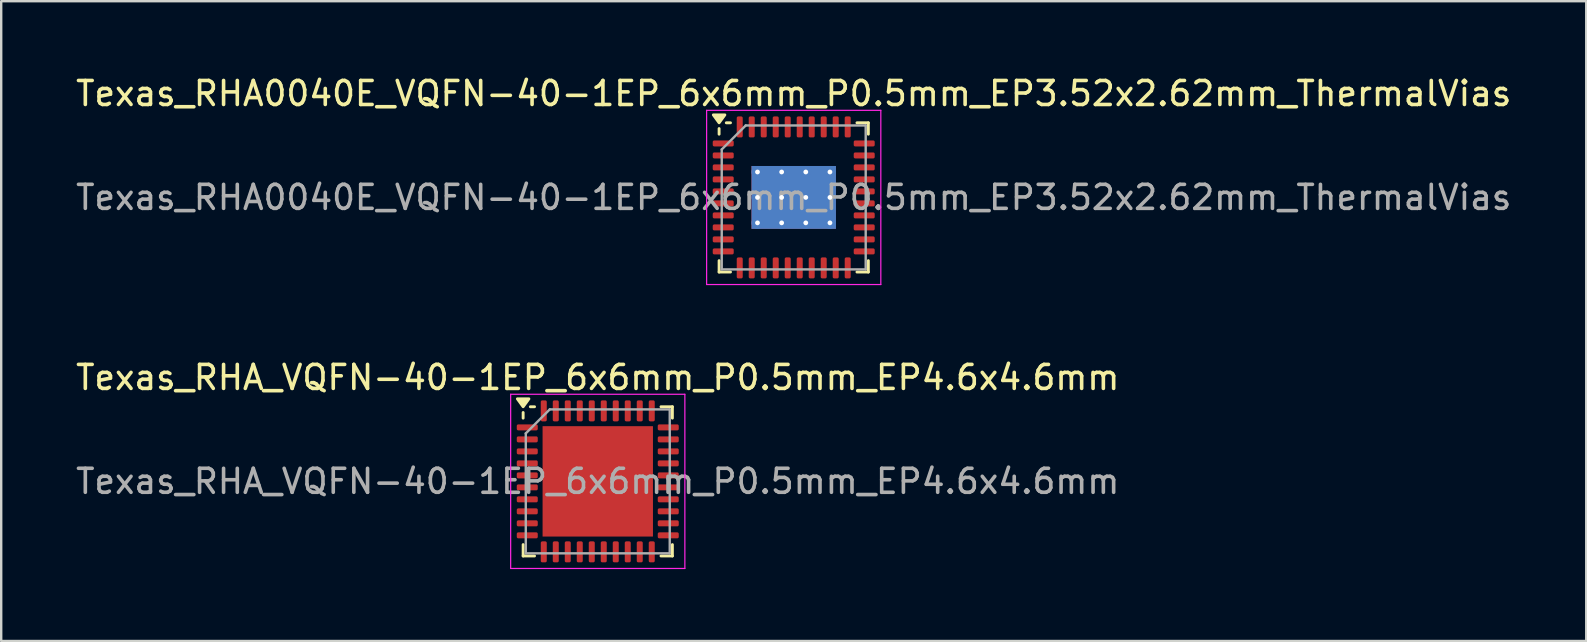
<source format=kicad_pcb>
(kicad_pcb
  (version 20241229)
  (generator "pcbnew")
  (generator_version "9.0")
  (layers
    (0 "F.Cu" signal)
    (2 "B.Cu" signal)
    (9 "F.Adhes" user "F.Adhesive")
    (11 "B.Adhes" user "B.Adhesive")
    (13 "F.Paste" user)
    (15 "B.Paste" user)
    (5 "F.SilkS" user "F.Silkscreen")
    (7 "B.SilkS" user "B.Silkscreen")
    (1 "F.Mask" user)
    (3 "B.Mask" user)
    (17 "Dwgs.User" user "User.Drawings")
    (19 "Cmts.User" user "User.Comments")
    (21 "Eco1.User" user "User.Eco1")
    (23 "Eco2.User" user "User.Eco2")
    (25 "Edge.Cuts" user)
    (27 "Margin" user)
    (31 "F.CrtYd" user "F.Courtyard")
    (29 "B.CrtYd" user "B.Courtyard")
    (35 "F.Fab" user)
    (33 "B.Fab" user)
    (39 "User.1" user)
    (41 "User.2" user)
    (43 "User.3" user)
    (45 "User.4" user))
  (footprint "Texas_RHA0040E_VQFN-40-1EP_6x6mm_P0.5mm_EP3.52x2.62mm_ThermalVias"
    (layer "F.Cu")
    (at 30.03 5.178)
    (property "Reference" "Texas_RHA0040E_VQFN-40-1EP_6x6mm_P0.5mm_EP3.52x2.62mm_ThermalVias" (at 0 -4.33 0) (layer "F.SilkS") (effects (font (size 1 1) (thickness 0.15))))
    (attr smd)
    (fp_line (start -3.11 -2.635) (end -3.11 -2.87) (stroke (width 0.12) (type solid)) (layer "F.SilkS"))
    (fp_line (start -3.11 3.11) (end -3.11 2.635) (stroke (width 0.12) (type solid)) (layer "F.SilkS"))
    (fp_line (start -2.635 -3.11) (end -2.81 -3.11) (stroke (width 0.12) (type solid)) (layer "F.SilkS"))
    (fp_line (start -2.635 3.11) (end -3.11 3.11) (stroke (width 0.12) (type solid)) (layer "F.SilkS"))
    (fp_line (start 2.635 -3.11) (end 3.11 -3.11) (stroke (width 0.12) (type solid)) (layer "F.SilkS"))
    (fp_line (start 2.635 3.11) (end 3.11 3.11) (stroke (width 0.12) (type solid)) (layer "F.SilkS"))
    (fp_line (start 3.11 -3.11) (end 3.11 -2.635) (stroke (width 0.12) (type solid)) (layer "F.SilkS"))
    (fp_line (start 3.11 3.11) (end 3.11 2.635) (stroke (width 0.12) (type solid)) (layer "F.SilkS"))
    (fp_poly (pts (xy -3.11 -3.11) (xy -3.35 -3.44) (xy -2.87 -3.44) (xy -3.11 -3.11)) (stroke (width 0.12) (type solid)) (fill yes) (layer "F.SilkS"))
    (fp_line (start -3.63 -3.63) (end -3.63 3.63) (stroke (width 0.05) (type solid)) (layer "F.CrtYd"))
    (fp_line (start -3.63 3.63) (end 3.63 3.63) (stroke (width 0.05) (type solid)) (layer "F.CrtYd"))
    (fp_line (start 3.63 -3.63) (end -3.63 -3.63) (stroke (width 0.05) (type solid)) (layer "F.CrtYd"))
    (fp_line (start 3.63 3.63) (end 3.63 -3.63) (stroke (width 0.05) (type solid)) (layer "F.CrtYd"))
    (fp_line (start -3 -2) (end -2 -3) (stroke (width 0.1) (type solid)) (layer "F.Fab"))
    (fp_line (start -3 3) (end -3 -2) (stroke (width 0.1) (type solid)) (layer "F.Fab"))
    (fp_line (start -2 -3) (end 3 -3) (stroke (width 0.1) (type solid)) (layer "F.Fab"))
    (fp_line (start 3 -3) (end 3 3) (stroke (width 0.1) (type solid)) (layer "F.Fab"))
    (fp_line (start 3 3) (end -3 3) (stroke (width 0.1) (type solid)) (layer "F.Fab"))
    (fp_text user "${REFERENCE}" (at 0 0 0) (layer "F.Fab") (effects (font (size 1 1) (thickness 0.15))))
    (pad "" smd roundrect (at -1.17 -0.655) (size 0.98 1.1) (layers "F.Paste") (roundrect_rratio 0.25))
    (pad "" smd roundrect (at -1.17 0.655) (size 0.98 1.1) (layers "F.Paste") (roundrect_rratio 0.25))
    (pad "" smd roundrect (at 0 -0.655) (size 0.98 1.1) (layers "F.Paste") (roundrect_rratio 0.25))
    (pad "" smd roundrect (at 0 0.655) (size 0.98 1.1) (layers "F.Paste") (roundrect_rratio 0.25))
    (pad "" smd roundrect (at 1.17 -0.655) (size 0.98 1.1) (layers "F.Paste") (roundrect_rratio 0.25))
    (pad "" smd roundrect (at 1.17 0.655) (size 0.98 1.1) (layers "F.Paste") (roundrect_rratio 0.25))
    (pad "1" smd roundrect (at -2.938 -2.25) (size 0.875 0.25) (layers "F.Cu" "F.Mask" "F.Paste") (roundrect_rratio 0.25))
    (pad "2" smd roundrect (at -2.938 -1.75) (size 0.875 0.25) (layers "F.Cu" "F.Mask" "F.Paste") (roundrect_rratio 0.25))
    (pad "3" smd roundrect (at -2.938 -1.25) (size 0.875 0.25) (layers "F.Cu" "F.Mask" "F.Paste") (roundrect_rratio 0.25))
    (pad "4" smd roundrect (at -2.938 -0.75) (size 0.875 0.25) (layers "F.Cu" "F.Mask" "F.Paste") (roundrect_rratio 0.25))
    (pad "5" smd roundrect (at -2.938 -0.25) (size 0.875 0.25) (layers "F.Cu" "F.Mask" "F.Paste") (roundrect_rratio 0.25))
    (pad "6" smd roundrect (at -2.938 0.25) (size 0.875 0.25) (layers "F.Cu" "F.Mask" "F.Paste") (roundrect_rratio 0.25))
    (pad "7" smd roundrect (at -2.938 0.75) (size 0.875 0.25) (layers "F.Cu" "F.Mask" "F.Paste") (roundrect_rratio 0.25))
    (pad "8" smd roundrect (at -2.938 1.25) (size 0.875 0.25) (layers "F.Cu" "F.Mask" "F.Paste") (roundrect_rratio 0.25))
    (pad "9" smd roundrect (at -2.938 1.75) (size 0.875 0.25) (layers "F.Cu" "F.Mask" "F.Paste") (roundrect_rratio 0.25))
    (pad "10" smd roundrect (at -2.938 2.25) (size 0.875 0.25) (layers "F.Cu" "F.Mask" "F.Paste") (roundrect_rratio 0.25))
    (pad "11" smd roundrect (at -2.25 2.938) (size 0.25 0.875) (layers "F.Cu" "F.Mask" "F.Paste") (roundrect_rratio 0.25))
    (pad "12" smd roundrect (at -1.75 2.938) (size 0.25 0.875) (layers "F.Cu" "F.Mask" "F.Paste") (roundrect_rratio 0.25))
    (pad "13" smd roundrect (at -1.25 2.938) (size 0.25 0.875) (layers "F.Cu" "F.Mask" "F.Paste") (roundrect_rratio 0.25))
    (pad "14" smd roundrect (at -0.75 2.938) (size 0.25 0.875) (layers "F.Cu" "F.Mask" "F.Paste") (roundrect_rratio 0.25))
    (pad "15" smd roundrect (at -0.25 2.938) (size 0.25 0.875) (layers "F.Cu" "F.Mask" "F.Paste") (roundrect_rratio 0.25))
    (pad "16" smd roundrect (at 0.25 2.938) (size 0.25 0.875) (layers "F.Cu" "F.Mask" "F.Paste") (roundrect_rratio 0.25))
    (pad "17" smd roundrect (at 0.75 2.938) (size 0.25 0.875) (layers "F.Cu" "F.Mask" "F.Paste") (roundrect_rratio 0.25))
    (pad "18" smd roundrect (at 1.25 2.938) (size 0.25 0.875) (layers "F.Cu" "F.Mask" "F.Paste") (roundrect_rratio 0.25))
    (pad "19" smd roundrect (at 1.75 2.938) (size 0.25 0.875) (layers "F.Cu" "F.Mask" "F.Paste") (roundrect_rratio 0.25))
    (pad "20" smd roundrect (at 2.25 2.938) (size 0.25 0.875) (layers "F.Cu" "F.Mask" "F.Paste") (roundrect_rratio 0.25))
    (pad "21" smd roundrect (at 2.938 2.25) (size 0.875 0.25) (layers "F.Cu" "F.Mask" "F.Paste") (roundrect_rratio 0.25))
    (pad "22" smd roundrect (at 2.938 1.75) (size 0.875 0.25) (layers "F.Cu" "F.Mask" "F.Paste") (roundrect_rratio 0.25))
    (pad "23" smd roundrect (at 2.938 1.25) (size 0.875 0.25) (layers "F.Cu" "F.Mask" "F.Paste") (roundrect_rratio 0.25))
    (pad "24" smd roundrect (at 2.938 0.75) (size 0.875 0.25) (layers "F.Cu" "F.Mask" "F.Paste") (roundrect_rratio 0.25))
    (pad "25" smd roundrect (at 2.938 0.25) (size 0.875 0.25) (layers "F.Cu" "F.Mask" "F.Paste") (roundrect_rratio 0.25))
    (pad "26" smd roundrect (at 2.938 -0.25) (size 0.875 0.25) (layers "F.Cu" "F.Mask" "F.Paste") (roundrect_rratio 0.25))
    (pad "27" smd roundrect (at 2.938 -0.75) (size 0.875 0.25) (layers "F.Cu" "F.Mask" "F.Paste") (roundrect_rratio 0.25))
    (pad "28" smd roundrect (at 2.938 -1.25) (size 0.875 0.25) (layers "F.Cu" "F.Mask" "F.Paste") (roundrect_rratio 0.25))
    (pad "29" smd roundrect (at 2.938 -1.75) (size 0.875 0.25) (layers "F.Cu" "F.Mask" "F.Paste") (roundrect_rratio 0.25))
    (pad "30" smd roundrect (at 2.938 -2.25) (size 0.875 0.25) (layers "F.Cu" "F.Mask" "F.Paste") (roundrect_rratio 0.25))
    (pad "31" smd roundrect (at 2.25 -2.938) (size 0.25 0.875) (layers "F.Cu" "F.Mask" "F.Paste") (roundrect_rratio 0.25))
    (pad "32" smd roundrect (at 1.75 -2.938) (size 0.25 0.875) (layers "F.Cu" "F.Mask" "F.Paste") (roundrect_rratio 0.25))
    (pad "33" smd roundrect (at 1.25 -2.938) (size 0.25 0.875) (layers "F.Cu" "F.Mask" "F.Paste") (roundrect_rratio 0.25))
    (pad "34" smd roundrect (at 0.75 -2.938) (size 0.25 0.875) (layers "F.Cu" "F.Mask" "F.Paste") (roundrect_rratio 0.25))
    (pad "35" smd roundrect (at 0.25 -2.938) (size 0.25 0.875) (layers "F.Cu" "F.Mask" "F.Paste") (roundrect_rratio 0.25))
    (pad "36" smd roundrect (at -0.25 -2.938) (size 0.25 0.875) (layers "F.Cu" "F.Mask" "F.Paste") (roundrect_rratio 0.25))
    (pad "37" smd roundrect (at -0.75 -2.938) (size 0.25 0.875) (layers "F.Cu" "F.Mask" "F.Paste") (roundrect_rratio 0.25))
    (pad "38" smd roundrect (at -1.25 -2.938) (size 0.25 0.875) (layers "F.Cu" "F.Mask" "F.Paste") (roundrect_rratio 0.25))
    (pad "39" smd roundrect (at -1.75 -2.938) (size 0.25 0.875) (layers "F.Cu" "F.Mask" "F.Paste") (roundrect_rratio 0.25))
    (pad "40" smd roundrect (at -2.25 -2.938) (size 0.25 0.875) (layers "F.Cu" "F.Mask" "F.Paste") (roundrect_rratio 0.25))
    (pad "41" thru_hole circle (at -1.51 -1.06) (size 0.5 0.5) (drill 0.2) (property pad_prop_heatsink) (layers "*.Cu"))
    (pad "41" thru_hole circle (at -1.51 0) (size 0.5 0.5) (drill 0.2) (property pad_prop_heatsink) (layers "*.Cu"))
    (pad "41" thru_hole circle (at -1.51 1.06) (size 0.5 0.5) (drill 0.2) (property pad_prop_heatsink) (layers "*.Cu"))
    (pad "41" thru_hole circle (at -0.503 -1.06) (size 0.5 0.5) (drill 0.2) (property pad_prop_heatsink) (layers "*.Cu"))
    (pad "41" thru_hole circle (at -0.503 0) (size 0.5 0.5) (drill 0.2) (property pad_prop_heatsink) (layers "*.Cu"))
    (pad "41" thru_hole circle (at -0.503 1.06) (size 0.5 0.5) (drill 0.2) (property pad_prop_heatsink) (layers "*.Cu"))
    (pad "41" smd rect (at 0 0) (size 3.52 2.62) (property pad_prop_heatsink) (layers "F.Cu" "F.Mask"))
    (pad "41" smd rect (at 0 0) (size 3.52 2.62) (property pad_prop_heatsink) (layers "B.Cu"))
    (pad "41" thru_hole circle (at 0.503 -1.06) (size 0.5 0.5) (drill 0.2) (property pad_prop_heatsink) (layers "*.Cu"))
    (pad "41" thru_hole circle (at 0.503 0) (size 0.5 0.5) (drill 0.2) (property pad_prop_heatsink) (layers "*.Cu"))
    (pad "41" thru_hole circle (at 0.503 1.06) (size 0.5 0.5) (drill 0.2) (property pad_prop_heatsink) (layers "*.Cu"))
    (pad "41" thru_hole circle (at 1.51 -1.06) (size 0.5 0.5) (drill 0.2) (property pad_prop_heatsink) (layers "*.Cu"))
    (pad "41" thru_hole circle (at 1.51 0) (size 0.5 0.5) (drill 0.2) (property pad_prop_heatsink) (layers "*.Cu"))
    (pad "41" thru_hole circle (at 1.51 1.06) (size 0.5 0.5) (drill 0.2) (property pad_prop_heatsink) (layers "*.Cu")))
  (footprint "Texas_RHA_VQFN-40-1EP_6x6mm_P0.5mm_EP4.6x4.6mm"
    (layer "F.Cu")
    (at 21.863 17.012)
    (property "Reference" "Texas_RHA_VQFN-40-1EP_6x6mm_P0.5mm_EP4.6x4.6mm" (at 0 -4.33 0) (layer "F.SilkS") (effects (font (size 1 1) (thickness 0.15))))
    (attr smd)
    (fp_line (start -3.11 -2.635) (end -3.11 -2.87) (stroke (width 0.12) (type solid)) (layer "F.SilkS"))
    (fp_line (start -3.11 3.11) (end -3.11 2.635) (stroke (width 0.12) (type solid)) (layer "F.SilkS"))
    (fp_line (start -2.635 -3.11) (end -2.81 -3.11) (stroke (width 0.12) (type solid)) (layer "F.SilkS"))
    (fp_line (start -2.635 3.11) (end -3.11 3.11) (stroke (width 0.12) (type solid)) (layer "F.SilkS"))
    (fp_line (start 2.635 -3.11) (end 3.11 -3.11) (stroke (width 0.12) (type solid)) (layer "F.SilkS"))
    (fp_line (start 2.635 3.11) (end 3.11 3.11) (stroke (width 0.12) (type solid)) (layer "F.SilkS"))
    (fp_line (start 3.11 -3.11) (end 3.11 -2.635) (stroke (width 0.12) (type solid)) (layer "F.SilkS"))
    (fp_line (start 3.11 3.11) (end 3.11 2.635) (stroke (width 0.12) (type solid)) (layer "F.SilkS"))
    (fp_poly (pts (xy -3.11 -3.11) (xy -3.35 -3.44) (xy -2.87 -3.44) (xy -3.11 -3.11)) (stroke (width 0.12) (type solid)) (fill yes) (layer "F.SilkS"))
    (fp_line (start -3.63 -3.63) (end -3.63 3.63) (stroke (width 0.05) (type solid)) (layer "F.CrtYd"))
    (fp_line (start -3.63 3.63) (end 3.63 3.63) (stroke (width 0.05) (type solid)) (layer "F.CrtYd"))
    (fp_line (start 3.63 -3.63) (end -3.63 -3.63) (stroke (width 0.05) (type solid)) (layer "F.CrtYd"))
    (fp_line (start 3.63 3.63) (end 3.63 -3.63) (stroke (width 0.05) (type solid)) (layer "F.CrtYd"))
    (fp_line (start -3 -2) (end -2 -3) (stroke (width 0.1) (type solid)) (layer "F.Fab"))
    (fp_line (start -3 3) (end -3 -2) (stroke (width 0.1) (type solid)) (layer "F.Fab"))
    (fp_line (start -2 -3) (end 3 -3) (stroke (width 0.1) (type solid)) (layer "F.Fab"))
    (fp_line (start 3 -3) (end 3 3) (stroke (width 0.1) (type solid)) (layer "F.Fab"))
    (fp_line (start 3 3) (end -3 3) (stroke (width 0.1) (type solid)) (layer "F.Fab"))
    (fp_text user "${REFERENCE}" (at 0 0 0) (layer "F.Fab") (effects (font (size 1 1) (thickness 0.15))))
    (pad "" smd roundrect (at -1.53 -1.53) (size 1.24 1.24) (layers "F.Paste") (roundrect_rratio 0.202))
    (pad "" smd roundrect (at -1.53 0) (size 1.24 1.24) (layers "F.Paste") (roundrect_rratio 0.202))
    (pad "" smd roundrect (at -1.53 1.53) (size 1.24 1.24) (layers "F.Paste") (roundrect_rratio 0.202))
    (pad "" smd roundrect (at 0 -1.53) (size 1.24 1.24) (layers "F.Paste") (roundrect_rratio 0.202))
    (pad "" smd roundrect (at 0 0) (size 1.24 1.24) (layers "F.Paste") (roundrect_rratio 0.202))
    (pad "" smd roundrect (at 0 1.53) (size 1.24 1.24) (layers "F.Paste") (roundrect_rratio 0.202))
    (pad "" smd roundrect (at 1.53 -1.53) (size 1.24 1.24) (layers "F.Paste") (roundrect_rratio 0.202))
    (pad "" smd roundrect (at 1.53 0) (size 1.24 1.24) (layers "F.Paste") (roundrect_rratio 0.202))
    (pad "" smd roundrect (at 1.53 1.53) (size 1.24 1.24) (layers "F.Paste") (roundrect_rratio 0.202))
    (pad "1" smd roundrect (at -2.938 -2.25) (size 0.875 0.25) (layers "F.Cu" "F.Mask" "F.Paste") (roundrect_rratio 0.25))
    (pad "2" smd roundrect (at -2.938 -1.75) (size 0.875 0.25) (layers "F.Cu" "F.Mask" "F.Paste") (roundrect_rratio 0.25))
    (pad "3" smd roundrect (at -2.938 -1.25) (size 0.875 0.25) (layers "F.Cu" "F.Mask" "F.Paste") (roundrect_rratio 0.25))
    (pad "4" smd roundrect (at -2.938 -0.75) (size 0.875 0.25) (layers "F.Cu" "F.Mask" "F.Paste") (roundrect_rratio 0.25))
    (pad "5" smd roundrect (at -2.938 -0.25) (size 0.875 0.25) (layers "F.Cu" "F.Mask" "F.Paste") (roundrect_rratio 0.25))
    (pad "6" smd roundrect (at -2.938 0.25) (size 0.875 0.25) (layers "F.Cu" "F.Mask" "F.Paste") (roundrect_rratio 0.25))
    (pad "7" smd roundrect (at -2.938 0.75) (size 0.875 0.25) (layers "F.Cu" "F.Mask" "F.Paste") (roundrect_rratio 0.25))
    (pad "8" smd roundrect (at -2.938 1.25) (size 0.875 0.25) (layers "F.Cu" "F.Mask" "F.Paste") (roundrect_rratio 0.25))
    (pad "9" smd roundrect (at -2.938 1.75) (size 0.875 0.25) (layers "F.Cu" "F.Mask" "F.Paste") (roundrect_rratio 0.25))
    (pad "10" smd roundrect (at -2.938 2.25) (size 0.875 0.25) (layers "F.Cu" "F.Mask" "F.Paste") (roundrect_rratio 0.25))
    (pad "11" smd roundrect (at -2.25 2.938) (size 0.25 0.875) (layers "F.Cu" "F.Mask" "F.Paste") (roundrect_rratio 0.25))
    (pad "12" smd roundrect (at -1.75 2.938) (size 0.25 0.875) (layers "F.Cu" "F.Mask" "F.Paste") (roundrect_rratio 0.25))
    (pad "13" smd roundrect (at -1.25 2.938) (size 0.25 0.875) (layers "F.Cu" "F.Mask" "F.Paste") (roundrect_rratio 0.25))
    (pad "14" smd roundrect (at -0.75 2.938) (size 0.25 0.875) (layers "F.Cu" "F.Mask" "F.Paste") (roundrect_rratio 0.25))
    (pad "15" smd roundrect (at -0.25 2.938) (size 0.25 0.875) (layers "F.Cu" "F.Mask" "F.Paste") (roundrect_rratio 0.25))
    (pad "16" smd roundrect (at 0.25 2.938) (size 0.25 0.875) (layers "F.Cu" "F.Mask" "F.Paste") (roundrect_rratio 0.25))
    (pad "17" smd roundrect (at 0.75 2.938) (size 0.25 0.875) (layers "F.Cu" "F.Mask" "F.Paste") (roundrect_rratio 0.25))
    (pad "18" smd roundrect (at 1.25 2.938) (size 0.25 0.875) (layers "F.Cu" "F.Mask" "F.Paste") (roundrect_rratio 0.25))
    (pad "19" smd roundrect (at 1.75 2.938) (size 0.25 0.875) (layers "F.Cu" "F.Mask" "F.Paste") (roundrect_rratio 0.25))
    (pad "20" smd roundrect (at 2.25 2.938) (size 0.25 0.875) (layers "F.Cu" "F.Mask" "F.Paste") (roundrect_rratio 0.25))
    (pad "21" smd roundrect (at 2.938 2.25) (size 0.875 0.25) (layers "F.Cu" "F.Mask" "F.Paste") (roundrect_rratio 0.25))
    (pad "22" smd roundrect (at 2.938 1.75) (size 0.875 0.25) (layers "F.Cu" "F.Mask" "F.Paste") (roundrect_rratio 0.25))
    (pad "23" smd roundrect (at 2.938 1.25) (size 0.875 0.25) (layers "F.Cu" "F.Mask" "F.Paste") (roundrect_rratio 0.25))
    (pad "24" smd roundrect (at 2.938 0.75) (size 0.875 0.25) (layers "F.Cu" "F.Mask" "F.Paste") (roundrect_rratio 0.25))
    (pad "25" smd roundrect (at 2.938 0.25) (size 0.875 0.25) (layers "F.Cu" "F.Mask" "F.Paste") (roundrect_rratio 0.25))
    (pad "26" smd roundrect (at 2.938 -0.25) (size 0.875 0.25) (layers "F.Cu" "F.Mask" "F.Paste") (roundrect_rratio 0.25))
    (pad "27" smd roundrect (at 2.938 -0.75) (size 0.875 0.25) (layers "F.Cu" "F.Mask" "F.Paste") (roundrect_rratio 0.25))
    (pad "28" smd roundrect (at 2.938 -1.25) (size 0.875 0.25) (layers "F.Cu" "F.Mask" "F.Paste") (roundrect_rratio 0.25))
    (pad "29" smd roundrect (at 2.938 -1.75) (size 0.875 0.25) (layers "F.Cu" "F.Mask" "F.Paste") (roundrect_rratio 0.25))
    (pad "30" smd roundrect (at 2.938 -2.25) (size 0.875 0.25) (layers "F.Cu" "F.Mask" "F.Paste") (roundrect_rratio 0.25))
    (pad "31" smd roundrect (at 2.25 -2.938) (size 0.25 0.875) (layers "F.Cu" "F.Mask" "F.Paste") (roundrect_rratio 0.25))
    (pad "32" smd roundrect (at 1.75 -2.938) (size 0.25 0.875) (layers "F.Cu" "F.Mask" "F.Paste") (roundrect_rratio 0.25))
    (pad "33" smd roundrect (at 1.25 -2.938) (size 0.25 0.875) (layers "F.Cu" "F.Mask" "F.Paste") (roundrect_rratio 0.25))
    (pad "34" smd roundrect (at 0.75 -2.938) (size 0.25 0.875) (layers "F.Cu" "F.Mask" "F.Paste") (roundrect_rratio 0.25))
    (pad "35" smd roundrect (at 0.25 -2.938) (size 0.25 0.875) (layers "F.Cu" "F.Mask" "F.Paste") (roundrect_rratio 0.25))
    (pad "36" smd roundrect (at -0.25 -2.938) (size 0.25 0.875) (layers "F.Cu" "F.Mask" "F.Paste") (roundrect_rratio 0.25))
    (pad "37" smd roundrect (at -0.75 -2.938) (size 0.25 0.875) (layers "F.Cu" "F.Mask" "F.Paste") (roundrect_rratio 0.25))
    (pad "38" smd roundrect (at -1.25 -2.938) (size 0.25 0.875) (layers "F.Cu" "F.Mask" "F.Paste") (roundrect_rratio 0.25))
    (pad "39" smd roundrect (at -1.75 -2.938) (size 0.25 0.875) (layers "F.Cu" "F.Mask" "F.Paste") (roundrect_rratio 0.25))
    (pad "40" smd roundrect (at -2.25 -2.938) (size 0.25 0.875) (layers "F.Cu" "F.Mask" "F.Paste") (roundrect_rratio 0.25))
    (pad "41" smd rect (at 0 0) (size 4.6 4.6) (property pad_prop_heatsink) (layers "F.Cu" "F.Mask")))
  (gr_rect
    (start -3 -3)
    (end 63.06 23.666)
    (stroke (width 0.1) (type default))
    (fill no)
    (layer "Edge.Cuts")))
</source>
